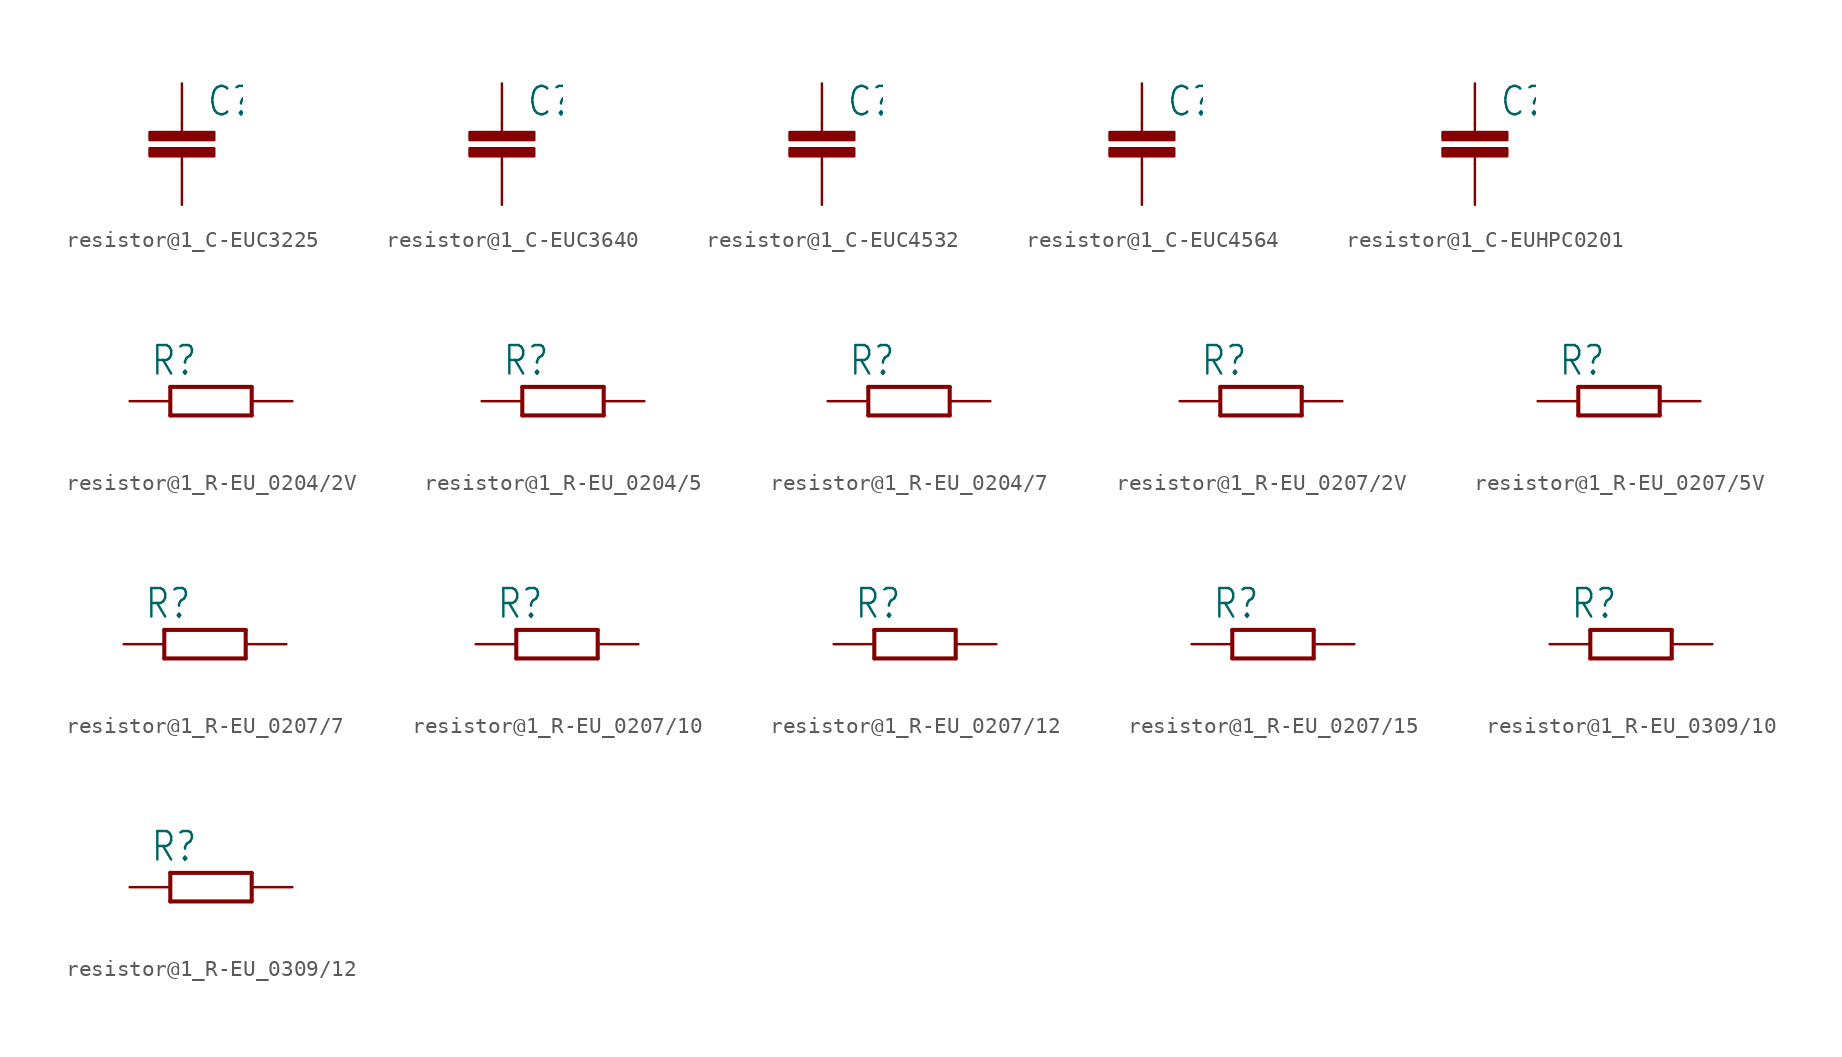
<source format=kicad_sym>
(kicad_symbol_lib
  (version 20231120)
  (generator "kicad_symbol_editor")
  (generator_version "8.0")
  (symbol "resistor@1_C-EUC3225"
    (property "Reference" "C"
      (at 1.524 0.381 0)
      (effects (font (size 1.778 1.511)) (justify left bottom)))
    (property "Value" ""
      (at 1.524 -4.699 0)
      (effects (font (size 1.778 1.511)) (justify left bottom)))
    (property "ki_locked" ""
      (at 0 0 0)
      (effects (font (size 1.27 1.27))))
    (symbol "resistor@1_C-EUC3225_1_0"
      (rectangle (start -2.032 -2.032) (end 2.032 -1.524) (stroke (width 0) (type default)) (fill (type outline)))
      (rectangle (start -2.032 -1.016) (end 2.032 -0.508) (stroke (width 0) (type default)) (fill (type outline)))
      (polyline (pts (xy 0 -2.54) (xy 0 -2.032)) (stroke (width 0.152) (type solid)) (fill (type none)))
      (polyline (pts (xy 0 0) (xy 0 -0.508)) (stroke (width 0.152) (type solid)) (fill (type none)))
      (pin passive line (at 0 2.54 270) (length 2.54) (name "1" (effects (font (size 0 0)))) (number "1" (effects (font (size 0 0)))))
      (pin passive line (at 0 -5.08 90) (length 2.54) (name "2" (effects (font (size 0 0)))) (number "2" (effects (font (size 0 0)))))))
  (symbol "resistor@1_C-EUC3640"
    (property "Reference" "C"
      (at 1.524 0.381 0)
      (effects (font (size 1.778 1.511)) (justify left bottom)))
    (property "Value" ""
      (at 1.524 -4.699 0)
      (effects (font (size 1.778 1.511)) (justify left bottom)))
    (property "ki_locked" ""
      (at 0 0 0)
      (effects (font (size 1.27 1.27))))
    (symbol "resistor@1_C-EUC3640_1_0"
      (rectangle (start -2.032 -2.032) (end 2.032 -1.524) (stroke (width 0) (type default)) (fill (type outline)))
      (rectangle (start -2.032 -1.016) (end 2.032 -0.508) (stroke (width 0) (type default)) (fill (type outline)))
      (polyline (pts (xy 0 -2.54) (xy 0 -2.032)) (stroke (width 0.152) (type solid)) (fill (type none)))
      (polyline (pts (xy 0 0) (xy 0 -0.508)) (stroke (width 0.152) (type solid)) (fill (type none)))
      (pin passive line (at 0 2.54 270) (length 2.54) (name "1" (effects (font (size 0 0)))) (number "1" (effects (font (size 0 0)))))
      (pin passive line (at 0 -5.08 90) (length 2.54) (name "2" (effects (font (size 0 0)))) (number "2" (effects (font (size 0 0)))))))
  (symbol "resistor@1_C-EUC4532"
    (property "Reference" "C"
      (at 1.524 0.381 0)
      (effects (font (size 1.778 1.511)) (justify left bottom)))
    (property "Value" ""
      (at 1.524 -4.699 0)
      (effects (font (size 1.778 1.511)) (justify left bottom)))
    (property "ki_locked" ""
      (at 0 0 0)
      (effects (font (size 1.27 1.27))))
    (symbol "resistor@1_C-EUC4532_1_0"
      (rectangle (start -2.032 -2.032) (end 2.032 -1.524) (stroke (width 0) (type default)) (fill (type outline)))
      (rectangle (start -2.032 -1.016) (end 2.032 -0.508) (stroke (width 0) (type default)) (fill (type outline)))
      (polyline (pts (xy 0 -2.54) (xy 0 -2.032)) (stroke (width 0.152) (type solid)) (fill (type none)))
      (polyline (pts (xy 0 0) (xy 0 -0.508)) (stroke (width 0.152) (type solid)) (fill (type none)))
      (pin passive line (at 0 2.54 270) (length 2.54) (name "1" (effects (font (size 0 0)))) (number "1" (effects (font (size 0 0)))))
      (pin passive line (at 0 -5.08 90) (length 2.54) (name "2" (effects (font (size 0 0)))) (number "2" (effects (font (size 0 0)))))))
  (symbol "resistor@1_C-EUC4564"
    (property "Reference" "C"
      (at 1.524 0.381 0)
      (effects (font (size 1.778 1.511)) (justify left bottom)))
    (property "Value" ""
      (at 1.524 -4.699 0)
      (effects (font (size 1.778 1.511)) (justify left bottom)))
    (property "ki_locked" ""
      (at 0 0 0)
      (effects (font (size 1.27 1.27))))
    (symbol "resistor@1_C-EUC4564_1_0"
      (rectangle (start -2.032 -2.032) (end 2.032 -1.524) (stroke (width 0) (type default)) (fill (type outline)))
      (rectangle (start -2.032 -1.016) (end 2.032 -0.508) (stroke (width 0) (type default)) (fill (type outline)))
      (polyline (pts (xy 0 -2.54) (xy 0 -2.032)) (stroke (width 0.152) (type solid)) (fill (type none)))
      (polyline (pts (xy 0 0) (xy 0 -0.508)) (stroke (width 0.152) (type solid)) (fill (type none)))
      (pin passive line (at 0 2.54 270) (length 2.54) (name "1" (effects (font (size 0 0)))) (number "1" (effects (font (size 0 0)))))
      (pin passive line (at 0 -5.08 90) (length 2.54) (name "2" (effects (font (size 0 0)))) (number "2" (effects (font (size 0 0)))))))
  (symbol "resistor@1_C-EUHPC0201"
    (property "Reference" "C"
      (at 1.524 0.381 0)
      (effects (font (size 1.778 1.511)) (justify left bottom)))
    (property "Value" ""
      (at 1.524 -4.699 0)
      (effects (font (size 1.778 1.511)) (justify left bottom)))
    (property "ki_locked" ""
      (at 0 0 0)
      (effects (font (size 1.27 1.27))))
    (symbol "resistor@1_C-EUHPC0201_1_0"
      (rectangle (start -2.032 -2.032) (end 2.032 -1.524) (stroke (width 0) (type default)) (fill (type outline)))
      (rectangle (start -2.032 -1.016) (end 2.032 -0.508) (stroke (width 0) (type default)) (fill (type outline)))
      (polyline (pts (xy 0 -2.54) (xy 0 -2.032)) (stroke (width 0.152) (type solid)) (fill (type none)))
      (polyline (pts (xy 0 0) (xy 0 -0.508)) (stroke (width 0.152) (type solid)) (fill (type none)))
      (pin passive line (at 0 2.54 270) (length 2.54) (name "1" (effects (font (size 0 0)))) (number "1" (effects (font (size 0 0)))))
      (pin passive line (at 0 -5.08 90) (length 2.54) (name "2" (effects (font (size 0 0)))) (number "2" (effects (font (size 0 0)))))))
  (symbol "resistor@1_R-EU_0204/2V"
    (property "Reference" "R"
      (at -3.81 1.499 0)
      (effects (font (size 1.778 1.511)) (justify left bottom)))
    (property "Value" ""
      (at -3.81 -3.302 0)
      (effects (font (size 1.778 1.511)) (justify left bottom)))
    (property "ki_locked" ""
      (at 0 0 0)
      (effects (font (size 1.27 1.27))))
    (symbol "resistor@1_R-EU_0204/2V_1_0"
      (polyline (pts (xy -2.54 -0.889) (xy -2.54 0.889)) (stroke (width 0.254) (type solid)) (fill (type none)))
      (polyline (pts (xy -2.54 -0.889) (xy 2.54 -0.889)) (stroke (width 0.254) (type solid)) (fill (type none)))
      (polyline (pts (xy 2.54 -0.889) (xy 2.54 0.889)) (stroke (width 0.254) (type solid)) (fill (type none)))
      (polyline (pts (xy 2.54 0.889) (xy -2.54 0.889)) (stroke (width 0.254) (type solid)) (fill (type none)))
      (pin passive line (at -5.08 0 0) (length 2.54) (name "1" (effects (font (size 0 0)))) (number "1" (effects (font (size 0 0)))))
      (pin passive line (at 5.08 0 180) (length 2.54) (name "2" (effects (font (size 0 0)))) (number "2" (effects (font (size 0 0)))))))
  (symbol "resistor@1_R-EU_0204/5"
    (property "Reference" "R"
      (at -3.81 1.499 0)
      (effects (font (size 1.778 1.511)) (justify left bottom)))
    (property "Value" ""
      (at -3.81 -3.302 0)
      (effects (font (size 1.778 1.511)) (justify left bottom)))
    (property "ki_locked" ""
      (at 0 0 0)
      (effects (font (size 1.27 1.27))))
    (symbol "resistor@1_R-EU_0204/5_1_0"
      (polyline (pts (xy -2.54 -0.889) (xy -2.54 0.889)) (stroke (width 0.254) (type solid)) (fill (type none)))
      (polyline (pts (xy -2.54 -0.889) (xy 2.54 -0.889)) (stroke (width 0.254) (type solid)) (fill (type none)))
      (polyline (pts (xy 2.54 -0.889) (xy 2.54 0.889)) (stroke (width 0.254) (type solid)) (fill (type none)))
      (polyline (pts (xy 2.54 0.889) (xy -2.54 0.889)) (stroke (width 0.254) (type solid)) (fill (type none)))
      (pin passive line (at -5.08 0 0) (length 2.54) (name "1" (effects (font (size 0 0)))) (number "1" (effects (font (size 0 0)))))
      (pin passive line (at 5.08 0 180) (length 2.54) (name "2" (effects (font (size 0 0)))) (number "2" (effects (font (size 0 0)))))))
  (symbol "resistor@1_R-EU_0204/7"
    (property "Reference" "R"
      (at -3.81 1.499 0)
      (effects (font (size 1.778 1.511)) (justify left bottom)))
    (property "Value" ""
      (at -3.81 -3.302 0)
      (effects (font (size 1.778 1.511)) (justify left bottom)))
    (property "ki_locked" ""
      (at 0 0 0)
      (effects (font (size 1.27 1.27))))
    (symbol "resistor@1_R-EU_0204/7_1_0"
      (polyline (pts (xy -2.54 -0.889) (xy -2.54 0.889)) (stroke (width 0.254) (type solid)) (fill (type none)))
      (polyline (pts (xy -2.54 -0.889) (xy 2.54 -0.889)) (stroke (width 0.254) (type solid)) (fill (type none)))
      (polyline (pts (xy 2.54 -0.889) (xy 2.54 0.889)) (stroke (width 0.254) (type solid)) (fill (type none)))
      (polyline (pts (xy 2.54 0.889) (xy -2.54 0.889)) (stroke (width 0.254) (type solid)) (fill (type none)))
      (pin passive line (at -5.08 0 0) (length 2.54) (name "1" (effects (font (size 0 0)))) (number "1" (effects (font (size 0 0)))))
      (pin passive line (at 5.08 0 180) (length 2.54) (name "2" (effects (font (size 0 0)))) (number "2" (effects (font (size 0 0)))))))
  (symbol "resistor@1_R-EU_0207/2V"
    (property "Reference" "R"
      (at -3.81 1.499 0)
      (effects (font (size 1.778 1.511)) (justify left bottom)))
    (property "Value" ""
      (at -3.81 -3.302 0)
      (effects (font (size 1.778 1.511)) (justify left bottom)))
    (property "ki_locked" ""
      (at 0 0 0)
      (effects (font (size 1.27 1.27))))
    (symbol "resistor@1_R-EU_0207/2V_1_0"
      (polyline (pts (xy -2.54 -0.889) (xy -2.54 0.889)) (stroke (width 0.254) (type solid)) (fill (type none)))
      (polyline (pts (xy -2.54 -0.889) (xy 2.54 -0.889)) (stroke (width 0.254) (type solid)) (fill (type none)))
      (polyline (pts (xy 2.54 -0.889) (xy 2.54 0.889)) (stroke (width 0.254) (type solid)) (fill (type none)))
      (polyline (pts (xy 2.54 0.889) (xy -2.54 0.889)) (stroke (width 0.254) (type solid)) (fill (type none)))
      (pin passive line (at -5.08 0 0) (length 2.54) (name "1" (effects (font (size 0 0)))) (number "1" (effects (font (size 0 0)))))
      (pin passive line (at 5.08 0 180) (length 2.54) (name "2" (effects (font (size 0 0)))) (number "2" (effects (font (size 0 0)))))))
  (symbol "resistor@1_R-EU_0207/5V"
    (property "Reference" "R"
      (at -3.81 1.499 0)
      (effects (font (size 1.778 1.511)) (justify left bottom)))
    (property "Value" ""
      (at -3.81 -3.302 0)
      (effects (font (size 1.778 1.511)) (justify left bottom)))
    (property "ki_locked" ""
      (at 0 0 0)
      (effects (font (size 1.27 1.27))))
    (symbol "resistor@1_R-EU_0207/5V_1_0"
      (polyline (pts (xy -2.54 -0.889) (xy -2.54 0.889)) (stroke (width 0.254) (type solid)) (fill (type none)))
      (polyline (pts (xy -2.54 -0.889) (xy 2.54 -0.889)) (stroke (width 0.254) (type solid)) (fill (type none)))
      (polyline (pts (xy 2.54 -0.889) (xy 2.54 0.889)) (stroke (width 0.254) (type solid)) (fill (type none)))
      (polyline (pts (xy 2.54 0.889) (xy -2.54 0.889)) (stroke (width 0.254) (type solid)) (fill (type none)))
      (pin passive line (at -5.08 0 0) (length 2.54) (name "1" (effects (font (size 0 0)))) (number "1" (effects (font (size 0 0)))))
      (pin passive line (at 5.08 0 180) (length 2.54) (name "2" (effects (font (size 0 0)))) (number "2" (effects (font (size 0 0)))))))
  (symbol "resistor@1_R-EU_0207/7"
    (property "Reference" "R"
      (at -3.81 1.499 0)
      (effects (font (size 1.778 1.511)) (justify left bottom)))
    (property "Value" ""
      (at -3.81 -3.302 0)
      (effects (font (size 1.778 1.511)) (justify left bottom)))
    (property "ki_locked" ""
      (at 0 0 0)
      (effects (font (size 1.27 1.27))))
    (symbol "resistor@1_R-EU_0207/7_1_0"
      (polyline (pts (xy -2.54 -0.889) (xy -2.54 0.889)) (stroke (width 0.254) (type solid)) (fill (type none)))
      (polyline (pts (xy -2.54 -0.889) (xy 2.54 -0.889)) (stroke (width 0.254) (type solid)) (fill (type none)))
      (polyline (pts (xy 2.54 -0.889) (xy 2.54 0.889)) (stroke (width 0.254) (type solid)) (fill (type none)))
      (polyline (pts (xy 2.54 0.889) (xy -2.54 0.889)) (stroke (width 0.254) (type solid)) (fill (type none)))
      (pin passive line (at -5.08 0 0) (length 2.54) (name "1" (effects (font (size 0 0)))) (number "1" (effects (font (size 0 0)))))
      (pin passive line (at 5.08 0 180) (length 2.54) (name "2" (effects (font (size 0 0)))) (number "2" (effects (font (size 0 0)))))))
  (symbol "resistor@1_R-EU_0207/10"
    (property "Reference" "R"
      (at -3.81 1.499 0)
      (effects (font (size 1.778 1.511)) (justify left bottom)))
    (property "Value" ""
      (at -3.81 -3.302 0)
      (effects (font (size 1.778 1.511)) (justify left bottom)))
    (property "ki_locked" ""
      (at 0 0 0)
      (effects (font (size 1.27 1.27))))
    (symbol "resistor@1_R-EU_0207/10_1_0"
      (polyline (pts (xy -2.54 -0.889) (xy -2.54 0.889)) (stroke (width 0.254) (type solid)) (fill (type none)))
      (polyline (pts (xy -2.54 -0.889) (xy 2.54 -0.889)) (stroke (width 0.254) (type solid)) (fill (type none)))
      (polyline (pts (xy 2.54 -0.889) (xy 2.54 0.889)) (stroke (width 0.254) (type solid)) (fill (type none)))
      (polyline (pts (xy 2.54 0.889) (xy -2.54 0.889)) (stroke (width 0.254) (type solid)) (fill (type none)))
      (pin passive line (at -5.08 0 0) (length 2.54) (name "1" (effects (font (size 0 0)))) (number "1" (effects (font (size 0 0)))))
      (pin passive line (at 5.08 0 180) (length 2.54) (name "2" (effects (font (size 0 0)))) (number "2" (effects (font (size 0 0)))))))
  (symbol "resistor@1_R-EU_0207/12"
    (property "Reference" "R"
      (at -3.81 1.499 0)
      (effects (font (size 1.778 1.511)) (justify left bottom)))
    (property "Value" ""
      (at -3.81 -3.302 0)
      (effects (font (size 1.778 1.511)) (justify left bottom)))
    (property "ki_locked" ""
      (at 0 0 0)
      (effects (font (size 1.27 1.27))))
    (symbol "resistor@1_R-EU_0207/12_1_0"
      (polyline (pts (xy -2.54 -0.889) (xy -2.54 0.889)) (stroke (width 0.254) (type solid)) (fill (type none)))
      (polyline (pts (xy -2.54 -0.889) (xy 2.54 -0.889)) (stroke (width 0.254) (type solid)) (fill (type none)))
      (polyline (pts (xy 2.54 -0.889) (xy 2.54 0.889)) (stroke (width 0.254) (type solid)) (fill (type none)))
      (polyline (pts (xy 2.54 0.889) (xy -2.54 0.889)) (stroke (width 0.254) (type solid)) (fill (type none)))
      (pin passive line (at -5.08 0 0) (length 2.54) (name "1" (effects (font (size 0 0)))) (number "1" (effects (font (size 0 0)))))
      (pin passive line (at 5.08 0 180) (length 2.54) (name "2" (effects (font (size 0 0)))) (number "2" (effects (font (size 0 0)))))))
  (symbol "resistor@1_R-EU_0207/15"
    (property "Reference" "R"
      (at -3.81 1.499 0)
      (effects (font (size 1.778 1.511)) (justify left bottom)))
    (property "Value" ""
      (at -3.81 -3.302 0)
      (effects (font (size 1.778 1.511)) (justify left bottom)))
    (property "ki_locked" ""
      (at 0 0 0)
      (effects (font (size 1.27 1.27))))
    (symbol "resistor@1_R-EU_0207/15_1_0"
      (polyline (pts (xy -2.54 -0.889) (xy -2.54 0.889)) (stroke (width 0.254) (type solid)) (fill (type none)))
      (polyline (pts (xy -2.54 -0.889) (xy 2.54 -0.889)) (stroke (width 0.254) (type solid)) (fill (type none)))
      (polyline (pts (xy 2.54 -0.889) (xy 2.54 0.889)) (stroke (width 0.254) (type solid)) (fill (type none)))
      (polyline (pts (xy 2.54 0.889) (xy -2.54 0.889)) (stroke (width 0.254) (type solid)) (fill (type none)))
      (pin passive line (at -5.08 0 0) (length 2.54) (name "1" (effects (font (size 0 0)))) (number "1" (effects (font (size 0 0)))))
      (pin passive line (at 5.08 0 180) (length 2.54) (name "2" (effects (font (size 0 0)))) (number "2" (effects (font (size 0 0)))))))
  (symbol "resistor@1_R-EU_0309/10"
    (property "Reference" "R"
      (at -3.81 1.499 0)
      (effects (font (size 1.778 1.511)) (justify left bottom)))
    (property "Value" ""
      (at -3.81 -3.302 0)
      (effects (font (size 1.778 1.511)) (justify left bottom)))
    (property "ki_locked" ""
      (at 0 0 0)
      (effects (font (size 1.27 1.27))))
    (symbol "resistor@1_R-EU_0309/10_1_0"
      (polyline (pts (xy -2.54 -0.889) (xy -2.54 0.889)) (stroke (width 0.254) (type solid)) (fill (type none)))
      (polyline (pts (xy -2.54 -0.889) (xy 2.54 -0.889)) (stroke (width 0.254) (type solid)) (fill (type none)))
      (polyline (pts (xy 2.54 -0.889) (xy 2.54 0.889)) (stroke (width 0.254) (type solid)) (fill (type none)))
      (polyline (pts (xy 2.54 0.889) (xy -2.54 0.889)) (stroke (width 0.254) (type solid)) (fill (type none)))
      (pin passive line (at -5.08 0 0) (length 2.54) (name "1" (effects (font (size 0 0)))) (number "1" (effects (font (size 0 0)))))
      (pin passive line (at 5.08 0 180) (length 2.54) (name "2" (effects (font (size 0 0)))) (number "2" (effects (font (size 0 0)))))))
  (symbol "resistor@1_R-EU_0309/12"
    (property "Reference" "R"
      (at -3.81 1.499 0)
      (effects (font (size 1.778 1.511)) (justify left bottom)))
    (property "Value" ""
      (at -3.81 -3.302 0)
      (effects (font (size 1.778 1.511)) (justify left bottom)))
    (property "ki_locked" ""
      (at 0 0 0)
      (effects (font (size 1.27 1.27))))
    (symbol "resistor@1_R-EU_0309/12_1_0"
      (polyline (pts (xy -2.54 -0.889) (xy -2.54 0.889)) (stroke (width 0.254) (type solid)) (fill (type none)))
      (polyline (pts (xy -2.54 -0.889) (xy 2.54 -0.889)) (stroke (width 0.254) (type solid)) (fill (type none)))
      (polyline (pts (xy 2.54 -0.889) (xy 2.54 0.889)) (stroke (width 0.254) (type solid)) (fill (type none)))
      (polyline (pts (xy 2.54 0.889) (xy -2.54 0.889)) (stroke (width 0.254) (type solid)) (fill (type none)))
      (pin passive line (at -5.08 0 0) (length 2.54) (name "1" (effects (font (size 0 0)))) (number "1" (effects (font (size 0 0)))))
      (pin passive line (at 5.08 0 180) (length 2.54) (name "2" (effects (font (size 0 0)))) (number "2" (effects (font (size 0 0))))))))
</source>
